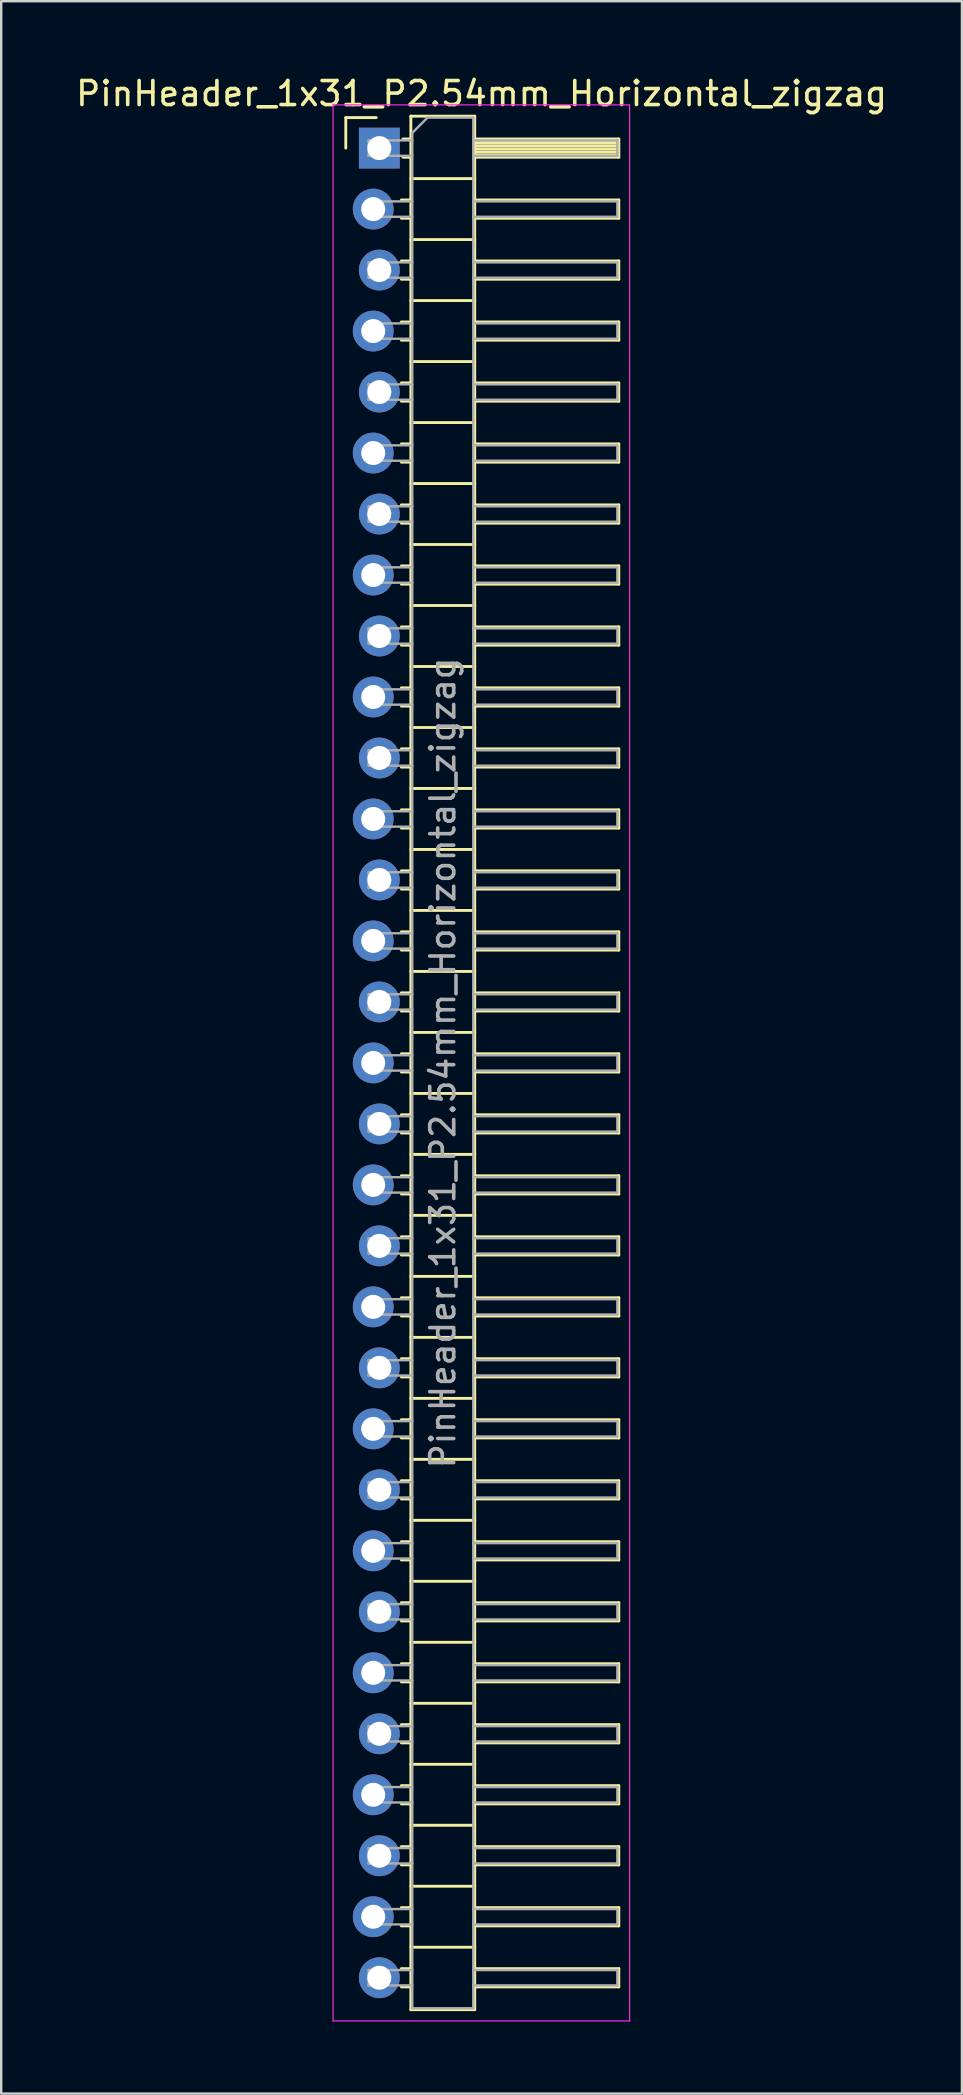
<source format=kicad_pcb>
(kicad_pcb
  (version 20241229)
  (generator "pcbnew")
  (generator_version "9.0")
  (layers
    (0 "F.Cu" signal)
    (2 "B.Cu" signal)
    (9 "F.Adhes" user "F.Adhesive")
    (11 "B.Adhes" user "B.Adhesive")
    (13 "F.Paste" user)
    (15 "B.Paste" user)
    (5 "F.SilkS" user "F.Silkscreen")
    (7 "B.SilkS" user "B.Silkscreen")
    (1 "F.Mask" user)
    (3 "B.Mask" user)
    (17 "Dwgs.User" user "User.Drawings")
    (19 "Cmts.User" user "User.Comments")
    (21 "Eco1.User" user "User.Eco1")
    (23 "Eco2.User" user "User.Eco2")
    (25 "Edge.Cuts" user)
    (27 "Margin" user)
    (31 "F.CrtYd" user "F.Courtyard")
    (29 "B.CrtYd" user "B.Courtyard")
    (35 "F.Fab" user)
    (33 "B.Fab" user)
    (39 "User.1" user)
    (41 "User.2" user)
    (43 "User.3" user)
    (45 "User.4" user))
  (footprint "PinHeader_1x31_P2.54mm_Horizontal_zigzag"
    (layer "F.Cu")
    (at 12.621 3.118)
    (property "Reference" "PinHeader_1x31_P2.54mm_Horizontal_zigzag" (at 4.385 -2.27 0) (layer "F.SilkS") (effects (font (size 1 1) (thickness 0.15))))
    (attr through_hole)
    (fp_line (start -1.27 -1.27) (end 0 -1.27) (stroke (width 0.12) (type solid)) (layer "F.SilkS"))
    (fp_line (start -1.27 0) (end -1.27 -1.27) (stroke (width 0.12) (type solid)) (layer "F.SilkS"))
    (fp_line (start 1.043 2.16) (end 1.44 2.16) (stroke (width 0.12) (type solid)) (layer "F.SilkS"))
    (fp_line (start 1.043 2.92) (end 1.44 2.92) (stroke (width 0.12) (type solid)) (layer "F.SilkS"))
    (fp_line (start 1.043 4.7) (end 1.44 4.7) (stroke (width 0.12) (type solid)) (layer "F.SilkS"))
    (fp_line (start 1.043 5.46) (end 1.44 5.46) (stroke (width 0.12) (type solid)) (layer "F.SilkS"))
    (fp_line (start 1.043 7.24) (end 1.44 7.24) (stroke (width 0.12) (type solid)) (layer "F.SilkS"))
    (fp_line (start 1.043 8) (end 1.44 8) (stroke (width 0.12) (type solid)) (layer "F.SilkS"))
    (fp_line (start 1.043 9.78) (end 1.44 9.78) (stroke (width 0.12) (type solid)) (layer "F.SilkS"))
    (fp_line (start 1.043 10.54) (end 1.44 10.54) (stroke (width 0.12) (type solid)) (layer "F.SilkS"))
    (fp_line (start 1.043 12.32) (end 1.44 12.32) (stroke (width 0.12) (type solid)) (layer "F.SilkS"))
    (fp_line (start 1.043 13.08) (end 1.44 13.08) (stroke (width 0.12) (type solid)) (layer "F.SilkS"))
    (fp_line (start 1.043 14.86) (end 1.44 14.86) (stroke (width 0.12) (type solid)) (layer "F.SilkS"))
    (fp_line (start 1.043 15.62) (end 1.44 15.62) (stroke (width 0.12) (type solid)) (layer "F.SilkS"))
    (fp_line (start 1.043 17.4) (end 1.44 17.4) (stroke (width 0.12) (type solid)) (layer "F.SilkS"))
    (fp_line (start 1.043 18.16) (end 1.44 18.16) (stroke (width 0.12) (type solid)) (layer "F.SilkS"))
    (fp_line (start 1.043 19.94) (end 1.44 19.94) (stroke (width 0.12) (type solid)) (layer "F.SilkS"))
    (fp_line (start 1.043 20.7) (end 1.44 20.7) (stroke (width 0.12) (type solid)) (layer "F.SilkS"))
    (fp_line (start 1.043 22.48) (end 1.44 22.48) (stroke (width 0.12) (type solid)) (layer "F.SilkS"))
    (fp_line (start 1.043 23.24) (end 1.44 23.24) (stroke (width 0.12) (type solid)) (layer "F.SilkS"))
    (fp_line (start 1.043 25.02) (end 1.44 25.02) (stroke (width 0.12) (type solid)) (layer "F.SilkS"))
    (fp_line (start 1.043 25.78) (end 1.44 25.78) (stroke (width 0.12) (type solid)) (layer "F.SilkS"))
    (fp_line (start 1.043 27.56) (end 1.44 27.56) (stroke (width 0.12) (type solid)) (layer "F.SilkS"))
    (fp_line (start 1.043 28.32) (end 1.44 28.32) (stroke (width 0.12) (type solid)) (layer "F.SilkS"))
    (fp_line (start 1.043 30.1) (end 1.44 30.1) (stroke (width 0.12) (type solid)) (layer "F.SilkS"))
    (fp_line (start 1.043 30.86) (end 1.44 30.86) (stroke (width 0.12) (type solid)) (layer "F.SilkS"))
    (fp_line (start 1.043 32.64) (end 1.44 32.64) (stroke (width 0.12) (type solid)) (layer "F.SilkS"))
    (fp_line (start 1.043 33.4) (end 1.44 33.4) (stroke (width 0.12) (type solid)) (layer "F.SilkS"))
    (fp_line (start 1.043 35.18) (end 1.44 35.18) (stroke (width 0.12) (type solid)) (layer "F.SilkS"))
    (fp_line (start 1.043 35.94) (end 1.44 35.94) (stroke (width 0.12) (type solid)) (layer "F.SilkS"))
    (fp_line (start 1.043 37.72) (end 1.44 37.72) (stroke (width 0.12) (type solid)) (layer "F.SilkS"))
    (fp_line (start 1.043 38.48) (end 1.44 38.48) (stroke (width 0.12) (type solid)) (layer "F.SilkS"))
    (fp_line (start 1.043 40.26) (end 1.44 40.26) (stroke (width 0.12) (type solid)) (layer "F.SilkS"))
    (fp_line (start 1.043 41.02) (end 1.44 41.02) (stroke (width 0.12) (type solid)) (layer "F.SilkS"))
    (fp_line (start 1.043 42.8) (end 1.44 42.8) (stroke (width 0.12) (type solid)) (layer "F.SilkS"))
    (fp_line (start 1.043 43.56) (end 1.44 43.56) (stroke (width 0.12) (type solid)) (layer "F.SilkS"))
    (fp_line (start 1.043 45.34) (end 1.44 45.34) (stroke (width 0.12) (type solid)) (layer "F.SilkS"))
    (fp_line (start 1.043 46.1) (end 1.44 46.1) (stroke (width 0.12) (type solid)) (layer "F.SilkS"))
    (fp_line (start 1.043 47.88) (end 1.44 47.88) (stroke (width 0.12) (type solid)) (layer "F.SilkS"))
    (fp_line (start 1.043 48.64) (end 1.44 48.64) (stroke (width 0.12) (type solid)) (layer "F.SilkS"))
    (fp_line (start 1.043 50.42) (end 1.44 50.42) (stroke (width 0.12) (type solid)) (layer "F.SilkS"))
    (fp_line (start 1.043 51.18) (end 1.44 51.18) (stroke (width 0.12) (type solid)) (layer "F.SilkS"))
    (fp_line (start 1.043 52.96) (end 1.44 52.96) (stroke (width 0.12) (type solid)) (layer "F.SilkS"))
    (fp_line (start 1.043 53.72) (end 1.44 53.72) (stroke (width 0.12) (type solid)) (layer "F.SilkS"))
    (fp_line (start 1.043 55.5) (end 1.44 55.5) (stroke (width 0.12) (type solid)) (layer "F.SilkS"))
    (fp_line (start 1.043 56.26) (end 1.44 56.26) (stroke (width 0.12) (type solid)) (layer "F.SilkS"))
    (fp_line (start 1.043 58.04) (end 1.44 58.04) (stroke (width 0.12) (type solid)) (layer "F.SilkS"))
    (fp_line (start 1.043 58.8) (end 1.44 58.8) (stroke (width 0.12) (type solid)) (layer "F.SilkS"))
    (fp_line (start 1.043 60.58) (end 1.44 60.58) (stroke (width 0.12) (type solid)) (layer "F.SilkS"))
    (fp_line (start 1.043 61.34) (end 1.44 61.34) (stroke (width 0.12) (type solid)) (layer "F.SilkS"))
    (fp_line (start 1.043 63.12) (end 1.44 63.12) (stroke (width 0.12) (type solid)) (layer "F.SilkS"))
    (fp_line (start 1.043 63.88) (end 1.44 63.88) (stroke (width 0.12) (type solid)) (layer "F.SilkS"))
    (fp_line (start 1.043 65.66) (end 1.44 65.66) (stroke (width 0.12) (type solid)) (layer "F.SilkS"))
    (fp_line (start 1.043 66.42) (end 1.44 66.42) (stroke (width 0.12) (type solid)) (layer "F.SilkS"))
    (fp_line (start 1.043 68.2) (end 1.44 68.2) (stroke (width 0.12) (type solid)) (layer "F.SilkS"))
    (fp_line (start 1.043 68.96) (end 1.44 68.96) (stroke (width 0.12) (type solid)) (layer "F.SilkS"))
    (fp_line (start 1.043 70.74) (end 1.44 70.74) (stroke (width 0.12) (type solid)) (layer "F.SilkS"))
    (fp_line (start 1.043 71.5) (end 1.44 71.5) (stroke (width 0.12) (type solid)) (layer "F.SilkS"))
    (fp_line (start 1.043 73.28) (end 1.44 73.28) (stroke (width 0.12) (type solid)) (layer "F.SilkS"))
    (fp_line (start 1.043 74.04) (end 1.44 74.04) (stroke (width 0.12) (type solid)) (layer "F.SilkS"))
    (fp_line (start 1.043 75.82) (end 1.44 75.82) (stroke (width 0.12) (type solid)) (layer "F.SilkS"))
    (fp_line (start 1.043 76.58) (end 1.44 76.58) (stroke (width 0.12) (type solid)) (layer "F.SilkS"))
    (fp_line (start 1.11 -0.38) (end 1.44 -0.38) (stroke (width 0.12) (type solid)) (layer "F.SilkS"))
    (fp_line (start 1.11 0.38) (end 1.44 0.38) (stroke (width 0.12) (type solid)) (layer "F.SilkS"))
    (fp_line (start 1.44 -1.33) (end 1.44 77.53) (stroke (width 0.12) (type solid)) (layer "F.SilkS"))
    (fp_line (start 1.44 1.27) (end 4.1 1.27) (stroke (width 0.12) (type solid)) (layer "F.SilkS"))
    (fp_line (start 1.44 3.81) (end 4.1 3.81) (stroke (width 0.12) (type solid)) (layer "F.SilkS"))
    (fp_line (start 1.44 6.35) (end 4.1 6.35) (stroke (width 0.12) (type solid)) (layer "F.SilkS"))
    (fp_line (start 1.44 8.89) (end 4.1 8.89) (stroke (width 0.12) (type solid)) (layer "F.SilkS"))
    (fp_line (start 1.44 11.43) (end 4.1 11.43) (stroke (width 0.12) (type solid)) (layer "F.SilkS"))
    (fp_line (start 1.44 13.97) (end 4.1 13.97) (stroke (width 0.12) (type solid)) (layer "F.SilkS"))
    (fp_line (start 1.44 16.51) (end 4.1 16.51) (stroke (width 0.12) (type solid)) (layer "F.SilkS"))
    (fp_line (start 1.44 19.05) (end 4.1 19.05) (stroke (width 0.12) (type solid)) (layer "F.SilkS"))
    (fp_line (start 1.44 21.59) (end 4.1 21.59) (stroke (width 0.12) (type solid)) (layer "F.SilkS"))
    (fp_line (start 1.44 24.13) (end 4.1 24.13) (stroke (width 0.12) (type solid)) (layer "F.SilkS"))
    (fp_line (start 1.44 26.67) (end 4.1 26.67) (stroke (width 0.12) (type solid)) (layer "F.SilkS"))
    (fp_line (start 1.44 29.21) (end 4.1 29.21) (stroke (width 0.12) (type solid)) (layer "F.SilkS"))
    (fp_line (start 1.44 31.75) (end 4.1 31.75) (stroke (width 0.12) (type solid)) (layer "F.SilkS"))
    (fp_line (start 1.44 34.29) (end 4.1 34.29) (stroke (width 0.12) (type solid)) (layer "F.SilkS"))
    (fp_line (start 1.44 36.83) (end 4.1 36.83) (stroke (width 0.12) (type solid)) (layer "F.SilkS"))
    (fp_line (start 1.44 39.37) (end 4.1 39.37) (stroke (width 0.12) (type solid)) (layer "F.SilkS"))
    (fp_line (start 1.44 41.91) (end 4.1 41.91) (stroke (width 0.12) (type solid)) (layer "F.SilkS"))
    (fp_line (start 1.44 44.45) (end 4.1 44.45) (stroke (width 0.12) (type solid)) (layer "F.SilkS"))
    (fp_line (start 1.44 46.99) (end 4.1 46.99) (stroke (width 0.12) (type solid)) (layer "F.SilkS"))
    (fp_line (start 1.44 49.53) (end 4.1 49.53) (stroke (width 0.12) (type solid)) (layer "F.SilkS"))
    (fp_line (start 1.44 52.07) (end 4.1 52.07) (stroke (width 0.12) (type solid)) (layer "F.SilkS"))
    (fp_line (start 1.44 54.61) (end 4.1 54.61) (stroke (width 0.12) (type solid)) (layer "F.SilkS"))
    (fp_line (start 1.44 57.15) (end 4.1 57.15) (stroke (width 0.12) (type solid)) (layer "F.SilkS"))
    (fp_line (start 1.44 59.69) (end 4.1 59.69) (stroke (width 0.12) (type solid)) (layer "F.SilkS"))
    (fp_line (start 1.44 62.23) (end 4.1 62.23) (stroke (width 0.12) (type solid)) (layer "F.SilkS"))
    (fp_line (start 1.44 64.77) (end 4.1 64.77) (stroke (width 0.12) (type solid)) (layer "F.SilkS"))
    (fp_line (start 1.44 67.31) (end 4.1 67.31) (stroke (width 0.12) (type solid)) (layer "F.SilkS"))
    (fp_line (start 1.44 69.85) (end 4.1 69.85) (stroke (width 0.12) (type solid)) (layer "F.SilkS"))
    (fp_line (start 1.44 72.39) (end 4.1 72.39) (stroke (width 0.12) (type solid)) (layer "F.SilkS"))
    (fp_line (start 1.44 74.93) (end 4.1 74.93) (stroke (width 0.12) (type solid)) (layer "F.SilkS"))
    (fp_line (start 1.44 77.53) (end 4.1 77.53) (stroke (width 0.12) (type solid)) (layer "F.SilkS"))
    (fp_line (start 4.1 -1.33) (end 1.44 -1.33) (stroke (width 0.12) (type solid)) (layer "F.SilkS"))
    (fp_line (start 4.1 -0.38) (end 10.1 -0.38) (stroke (width 0.12) (type solid)) (layer "F.SilkS"))
    (fp_line (start 4.1 -0.32) (end 10.1 -0.32) (stroke (width 0.12) (type solid)) (layer "F.SilkS"))
    (fp_line (start 4.1 -0.2) (end 10.1 -0.2) (stroke (width 0.12) (type solid)) (layer "F.SilkS"))
    (fp_line (start 4.1 -0.08) (end 10.1 -0.08) (stroke (width 0.12) (type solid)) (layer "F.SilkS"))
    (fp_line (start 4.1 0.04) (end 10.1 0.04) (stroke (width 0.12) (type solid)) (layer "F.SilkS"))
    (fp_line (start 4.1 0.16) (end 10.1 0.16) (stroke (width 0.12) (type solid)) (layer "F.SilkS"))
    (fp_line (start 4.1 0.28) (end 10.1 0.28) (stroke (width 0.12) (type solid)) (layer "F.SilkS"))
    (fp_line (start 4.1 2.16) (end 10.1 2.16) (stroke (width 0.12) (type solid)) (layer "F.SilkS"))
    (fp_line (start 4.1 4.7) (end 10.1 4.7) (stroke (width 0.12) (type solid)) (layer "F.SilkS"))
    (fp_line (start 4.1 7.24) (end 10.1 7.24) (stroke (width 0.12) (type solid)) (layer "F.SilkS"))
    (fp_line (start 4.1 9.78) (end 10.1 9.78) (stroke (width 0.12) (type solid)) (layer "F.SilkS"))
    (fp_line (start 4.1 12.32) (end 10.1 12.32) (stroke (width 0.12) (type solid)) (layer "F.SilkS"))
    (fp_line (start 4.1 14.86) (end 10.1 14.86) (stroke (width 0.12) (type solid)) (layer "F.SilkS"))
    (fp_line (start 4.1 17.4) (end 10.1 17.4) (stroke (width 0.12) (type solid)) (layer "F.SilkS"))
    (fp_line (start 4.1 19.94) (end 10.1 19.94) (stroke (width 0.12) (type solid)) (layer "F.SilkS"))
    (fp_line (start 4.1 22.48) (end 10.1 22.48) (stroke (width 0.12) (type solid)) (layer "F.SilkS"))
    (fp_line (start 4.1 25.02) (end 10.1 25.02) (stroke (width 0.12) (type solid)) (layer "F.SilkS"))
    (fp_line (start 4.1 27.56) (end 10.1 27.56) (stroke (width 0.12) (type solid)) (layer "F.SilkS"))
    (fp_line (start 4.1 30.1) (end 10.1 30.1) (stroke (width 0.12) (type solid)) (layer "F.SilkS"))
    (fp_line (start 4.1 32.64) (end 10.1 32.64) (stroke (width 0.12) (type solid)) (layer "F.SilkS"))
    (fp_line (start 4.1 35.18) (end 10.1 35.18) (stroke (width 0.12) (type solid)) (layer "F.SilkS"))
    (fp_line (start 4.1 37.72) (end 10.1 37.72) (stroke (width 0.12) (type solid)) (layer "F.SilkS"))
    (fp_line (start 4.1 40.26) (end 10.1 40.26) (stroke (width 0.12) (type solid)) (layer "F.SilkS"))
    (fp_line (start 4.1 42.8) (end 10.1 42.8) (stroke (width 0.12) (type solid)) (layer "F.SilkS"))
    (fp_line (start 4.1 45.34) (end 10.1 45.34) (stroke (width 0.12) (type solid)) (layer "F.SilkS"))
    (fp_line (start 4.1 47.88) (end 10.1 47.88) (stroke (width 0.12) (type solid)) (layer "F.SilkS"))
    (fp_line (start 4.1 50.42) (end 10.1 50.42) (stroke (width 0.12) (type solid)) (layer "F.SilkS"))
    (fp_line (start 4.1 52.96) (end 10.1 52.96) (stroke (width 0.12) (type solid)) (layer "F.SilkS"))
    (fp_line (start 4.1 55.5) (end 10.1 55.5) (stroke (width 0.12) (type solid)) (layer "F.SilkS"))
    (fp_line (start 4.1 58.04) (end 10.1 58.04) (stroke (width 0.12) (type solid)) (layer "F.SilkS"))
    (fp_line (start 4.1 60.58) (end 10.1 60.58) (stroke (width 0.12) (type solid)) (layer "F.SilkS"))
    (fp_line (start 4.1 63.12) (end 10.1 63.12) (stroke (width 0.12) (type solid)) (layer "F.SilkS"))
    (fp_line (start 4.1 65.66) (end 10.1 65.66) (stroke (width 0.12) (type solid)) (layer "F.SilkS"))
    (fp_line (start 4.1 68.2) (end 10.1 68.2) (stroke (width 0.12) (type solid)) (layer "F.SilkS"))
    (fp_line (start 4.1 70.74) (end 10.1 70.74) (stroke (width 0.12) (type solid)) (layer "F.SilkS"))
    (fp_line (start 4.1 73.28) (end 10.1 73.28) (stroke (width 0.12) (type solid)) (layer "F.SilkS"))
    (fp_line (start 4.1 75.82) (end 10.1 75.82) (stroke (width 0.12) (type solid)) (layer "F.SilkS"))
    (fp_line (start 4.1 77.53) (end 4.1 -1.33) (stroke (width 0.12) (type solid)) (layer "F.SilkS"))
    (fp_line (start 10.1 -0.38) (end 10.1 0.38) (stroke (width 0.12) (type solid)) (layer "F.SilkS"))
    (fp_line (start 10.1 0.38) (end 4.1 0.38) (stroke (width 0.12) (type solid)) (layer "F.SilkS"))
    (fp_line (start 10.1 2.16) (end 10.1 2.92) (stroke (width 0.12) (type solid)) (layer "F.SilkS"))
    (fp_line (start 10.1 2.92) (end 4.1 2.92) (stroke (width 0.12) (type solid)) (layer "F.SilkS"))
    (fp_line (start 10.1 4.7) (end 10.1 5.46) (stroke (width 0.12) (type solid)) (layer "F.SilkS"))
    (fp_line (start 10.1 5.46) (end 4.1 5.46) (stroke (width 0.12) (type solid)) (layer "F.SilkS"))
    (fp_line (start 10.1 7.24) (end 10.1 8) (stroke (width 0.12) (type solid)) (layer "F.SilkS"))
    (fp_line (start 10.1 8) (end 4.1 8) (stroke (width 0.12) (type solid)) (layer "F.SilkS"))
    (fp_line (start 10.1 9.78) (end 10.1 10.54) (stroke (width 0.12) (type solid)) (layer "F.SilkS"))
    (fp_line (start 10.1 10.54) (end 4.1 10.54) (stroke (width 0.12) (type solid)) (layer "F.SilkS"))
    (fp_line (start 10.1 12.32) (end 10.1 13.08) (stroke (width 0.12) (type solid)) (layer "F.SilkS"))
    (fp_line (start 10.1 13.08) (end 4.1 13.08) (stroke (width 0.12) (type solid)) (layer "F.SilkS"))
    (fp_line (start 10.1 14.86) (end 10.1 15.62) (stroke (width 0.12) (type solid)) (layer "F.SilkS"))
    (fp_line (start 10.1 15.62) (end 4.1 15.62) (stroke (width 0.12) (type solid)) (layer "F.SilkS"))
    (fp_line (start 10.1 17.4) (end 10.1 18.16) (stroke (width 0.12) (type solid)) (layer "F.SilkS"))
    (fp_line (start 10.1 18.16) (end 4.1 18.16) (stroke (width 0.12) (type solid)) (layer "F.SilkS"))
    (fp_line (start 10.1 19.94) (end 10.1 20.7) (stroke (width 0.12) (type solid)) (layer "F.SilkS"))
    (fp_line (start 10.1 20.7) (end 4.1 20.7) (stroke (width 0.12) (type solid)) (layer "F.SilkS"))
    (fp_line (start 10.1 22.48) (end 10.1 23.24) (stroke (width 0.12) (type solid)) (layer "F.SilkS"))
    (fp_line (start 10.1 23.24) (end 4.1 23.24) (stroke (width 0.12) (type solid)) (layer "F.SilkS"))
    (fp_line (start 10.1 25.02) (end 10.1 25.78) (stroke (width 0.12) (type solid)) (layer "F.SilkS"))
    (fp_line (start 10.1 25.78) (end 4.1 25.78) (stroke (width 0.12) (type solid)) (layer "F.SilkS"))
    (fp_line (start 10.1 27.56) (end 10.1 28.32) (stroke (width 0.12) (type solid)) (layer "F.SilkS"))
    (fp_line (start 10.1 28.32) (end 4.1 28.32) (stroke (width 0.12) (type solid)) (layer "F.SilkS"))
    (fp_line (start 10.1 30.1) (end 10.1 30.86) (stroke (width 0.12) (type solid)) (layer "F.SilkS"))
    (fp_line (start 10.1 30.86) (end 4.1 30.86) (stroke (width 0.12) (type solid)) (layer "F.SilkS"))
    (fp_line (start 10.1 32.64) (end 10.1 33.4) (stroke (width 0.12) (type solid)) (layer "F.SilkS"))
    (fp_line (start 10.1 33.4) (end 4.1 33.4) (stroke (width 0.12) (type solid)) (layer "F.SilkS"))
    (fp_line (start 10.1 35.18) (end 10.1 35.94) (stroke (width 0.12) (type solid)) (layer "F.SilkS"))
    (fp_line (start 10.1 35.94) (end 4.1 35.94) (stroke (width 0.12) (type solid)) (layer "F.SilkS"))
    (fp_line (start 10.1 37.72) (end 10.1 38.48) (stroke (width 0.12) (type solid)) (layer "F.SilkS"))
    (fp_line (start 10.1 38.48) (end 4.1 38.48) (stroke (width 0.12) (type solid)) (layer "F.SilkS"))
    (fp_line (start 10.1 40.26) (end 10.1 41.02) (stroke (width 0.12) (type solid)) (layer "F.SilkS"))
    (fp_line (start 10.1 41.02) (end 4.1 41.02) (stroke (width 0.12) (type solid)) (layer "F.SilkS"))
    (fp_line (start 10.1 42.8) (end 10.1 43.56) (stroke (width 0.12) (type solid)) (layer "F.SilkS"))
    (fp_line (start 10.1 43.56) (end 4.1 43.56) (stroke (width 0.12) (type solid)) (layer "F.SilkS"))
    (fp_line (start 10.1 45.34) (end 10.1 46.1) (stroke (width 0.12) (type solid)) (layer "F.SilkS"))
    (fp_line (start 10.1 46.1) (end 4.1 46.1) (stroke (width 0.12) (type solid)) (layer "F.SilkS"))
    (fp_line (start 10.1 47.88) (end 10.1 48.64) (stroke (width 0.12) (type solid)) (layer "F.SilkS"))
    (fp_line (start 10.1 48.64) (end 4.1 48.64) (stroke (width 0.12) (type solid)) (layer "F.SilkS"))
    (fp_line (start 10.1 50.42) (end 10.1 51.18) (stroke (width 0.12) (type solid)) (layer "F.SilkS"))
    (fp_line (start 10.1 51.18) (end 4.1 51.18) (stroke (width 0.12) (type solid)) (layer "F.SilkS"))
    (fp_line (start 10.1 52.96) (end 10.1 53.72) (stroke (width 0.12) (type solid)) (layer "F.SilkS"))
    (fp_line (start 10.1 53.72) (end 4.1 53.72) (stroke (width 0.12) (type solid)) (layer "F.SilkS"))
    (fp_line (start 10.1 55.5) (end 10.1 56.26) (stroke (width 0.12) (type solid)) (layer "F.SilkS"))
    (fp_line (start 10.1 56.26) (end 4.1 56.26) (stroke (width 0.12) (type solid)) (layer "F.SilkS"))
    (fp_line (start 10.1 58.04) (end 10.1 58.8) (stroke (width 0.12) (type solid)) (layer "F.SilkS"))
    (fp_line (start 10.1 58.8) (end 4.1 58.8) (stroke (width 0.12) (type solid)) (layer "F.SilkS"))
    (fp_line (start 10.1 60.58) (end 10.1 61.34) (stroke (width 0.12) (type solid)) (layer "F.SilkS"))
    (fp_line (start 10.1 61.34) (end 4.1 61.34) (stroke (width 0.12) (type solid)) (layer "F.SilkS"))
    (fp_line (start 10.1 63.12) (end 10.1 63.88) (stroke (width 0.12) (type solid)) (layer "F.SilkS"))
    (fp_line (start 10.1 63.88) (end 4.1 63.88) (stroke (width 0.12) (type solid)) (layer "F.SilkS"))
    (fp_line (start 10.1 65.66) (end 10.1 66.42) (stroke (width 0.12) (type solid)) (layer "F.SilkS"))
    (fp_line (start 10.1 66.42) (end 4.1 66.42) (stroke (width 0.12) (type solid)) (layer "F.SilkS"))
    (fp_line (start 10.1 68.2) (end 10.1 68.96) (stroke (width 0.12) (type solid)) (layer "F.SilkS"))
    (fp_line (start 10.1 68.96) (end 4.1 68.96) (stroke (width 0.12) (type solid)) (layer "F.SilkS"))
    (fp_line (start 10.1 70.74) (end 10.1 71.5) (stroke (width 0.12) (type solid)) (layer "F.SilkS"))
    (fp_line (start 10.1 71.5) (end 4.1 71.5) (stroke (width 0.12) (type solid)) (layer "F.SilkS"))
    (fp_line (start 10.1 73.28) (end 10.1 74.04) (stroke (width 0.12) (type solid)) (layer "F.SilkS"))
    (fp_line (start 10.1 74.04) (end 4.1 74.04) (stroke (width 0.12) (type solid)) (layer "F.SilkS"))
    (fp_line (start 10.1 75.82) (end 10.1 76.58) (stroke (width 0.12) (type solid)) (layer "F.SilkS"))
    (fp_line (start 10.1 76.58) (end 4.1 76.58) (stroke (width 0.12) (type solid)) (layer "F.SilkS"))
    (fp_line (start -1.8 -1.8) (end -1.8 78) (stroke (width 0.05) (type solid)) (layer "F.CrtYd"))
    (fp_line (start -1.8 78) (end 10.55 78) (stroke (width 0.05) (type solid)) (layer "F.CrtYd"))
    (fp_line (start 10.55 -1.8) (end -1.8 -1.8) (stroke (width 0.05) (type solid)) (layer "F.CrtYd"))
    (fp_line (start 10.55 78) (end 10.55 -1.8) (stroke (width 0.05) (type solid)) (layer "F.CrtYd"))
    (fp_line (start -0.32 -0.32) (end -0.32 0.32) (stroke (width 0.1) (type solid)) (layer "F.Fab"))
    (fp_line (start -0.32 -0.32) (end 1.5 -0.32) (stroke (width 0.1) (type solid)) (layer "F.Fab"))
    (fp_line (start -0.32 0.32) (end 1.5 0.32) (stroke (width 0.1) (type solid)) (layer "F.Fab"))
    (fp_line (start -0.32 2.22) (end -0.32 2.86) (stroke (width 0.1) (type solid)) (layer "F.Fab"))
    (fp_line (start -0.32 2.22) (end 1.5 2.22) (stroke (width 0.1) (type solid)) (layer "F.Fab"))
    (fp_line (start -0.32 2.86) (end 1.5 2.86) (stroke (width 0.1) (type solid)) (layer "F.Fab"))
    (fp_line (start -0.32 4.76) (end -0.32 5.4) (stroke (width 0.1) (type solid)) (layer "F.Fab"))
    (fp_line (start -0.32 4.76) (end 1.5 4.76) (stroke (width 0.1) (type solid)) (layer "F.Fab"))
    (fp_line (start -0.32 5.4) (end 1.5 5.4) (stroke (width 0.1) (type solid)) (layer "F.Fab"))
    (fp_line (start -0.32 7.3) (end -0.32 7.94) (stroke (width 0.1) (type solid)) (layer "F.Fab"))
    (fp_line (start -0.32 7.3) (end 1.5 7.3) (stroke (width 0.1) (type solid)) (layer "F.Fab"))
    (fp_line (start -0.32 7.94) (end 1.5 7.94) (stroke (width 0.1) (type solid)) (layer "F.Fab"))
    (fp_line (start -0.32 9.84) (end -0.32 10.48) (stroke (width 0.1) (type solid)) (layer "F.Fab"))
    (fp_line (start -0.32 9.84) (end 1.5 9.84) (stroke (width 0.1) (type solid)) (layer "F.Fab"))
    (fp_line (start -0.32 10.48) (end 1.5 10.48) (stroke (width 0.1) (type solid)) (layer "F.Fab"))
    (fp_line (start -0.32 12.38) (end -0.32 13.02) (stroke (width 0.1) (type solid)) (layer "F.Fab"))
    (fp_line (start -0.32 12.38) (end 1.5 12.38) (stroke (width 0.1) (type solid)) (layer "F.Fab"))
    (fp_line (start -0.32 13.02) (end 1.5 13.02) (stroke (width 0.1) (type solid)) (layer "F.Fab"))
    (fp_line (start -0.32 14.92) (end -0.32 15.56) (stroke (width 0.1) (type solid)) (layer "F.Fab"))
    (fp_line (start -0.32 14.92) (end 1.5 14.92) (stroke (width 0.1) (type solid)) (layer "F.Fab"))
    (fp_line (start -0.32 15.56) (end 1.5 15.56) (stroke (width 0.1) (type solid)) (layer "F.Fab"))
    (fp_line (start -0.32 17.46) (end -0.32 18.1) (stroke (width 0.1) (type solid)) (layer "F.Fab"))
    (fp_line (start -0.32 17.46) (end 1.5 17.46) (stroke (width 0.1) (type solid)) (layer "F.Fab"))
    (fp_line (start -0.32 18.1) (end 1.5 18.1) (stroke (width 0.1) (type solid)) (layer "F.Fab"))
    (fp_line (start -0.32 20) (end -0.32 20.64) (stroke (width 0.1) (type solid)) (layer "F.Fab"))
    (fp_line (start -0.32 20) (end 1.5 20) (stroke (width 0.1) (type solid)) (layer "F.Fab"))
    (fp_line (start -0.32 20.64) (end 1.5 20.64) (stroke (width 0.1) (type solid)) (layer "F.Fab"))
    (fp_line (start -0.32 22.54) (end -0.32 23.18) (stroke (width 0.1) (type solid)) (layer "F.Fab"))
    (fp_line (start -0.32 22.54) (end 1.5 22.54) (stroke (width 0.1) (type solid)) (layer "F.Fab"))
    (fp_line (start -0.32 23.18) (end 1.5 23.18) (stroke (width 0.1) (type solid)) (layer "F.Fab"))
    (fp_line (start -0.32 25.08) (end -0.32 25.72) (stroke (width 0.1) (type solid)) (layer "F.Fab"))
    (fp_line (start -0.32 25.08) (end 1.5 25.08) (stroke (width 0.1) (type solid)) (layer "F.Fab"))
    (fp_line (start -0.32 25.72) (end 1.5 25.72) (stroke (width 0.1) (type solid)) (layer "F.Fab"))
    (fp_line (start -0.32 27.62) (end -0.32 28.26) (stroke (width 0.1) (type solid)) (layer "F.Fab"))
    (fp_line (start -0.32 27.62) (end 1.5 27.62) (stroke (width 0.1) (type solid)) (layer "F.Fab"))
    (fp_line (start -0.32 28.26) (end 1.5 28.26) (stroke (width 0.1) (type solid)) (layer "F.Fab"))
    (fp_line (start -0.32 30.16) (end -0.32 30.8) (stroke (width 0.1) (type solid)) (layer "F.Fab"))
    (fp_line (start -0.32 30.16) (end 1.5 30.16) (stroke (width 0.1) (type solid)) (layer "F.Fab"))
    (fp_line (start -0.32 30.8) (end 1.5 30.8) (stroke (width 0.1) (type solid)) (layer "F.Fab"))
    (fp_line (start -0.32 32.7) (end -0.32 33.34) (stroke (width 0.1) (type solid)) (layer "F.Fab"))
    (fp_line (start -0.32 32.7) (end 1.5 32.7) (stroke (width 0.1) (type solid)) (layer "F.Fab"))
    (fp_line (start -0.32 33.34) (end 1.5 33.34) (stroke (width 0.1) (type solid)) (layer "F.Fab"))
    (fp_line (start -0.32 35.24) (end -0.32 35.88) (stroke (width 0.1) (type solid)) (layer "F.Fab"))
    (fp_line (start -0.32 35.24) (end 1.5 35.24) (stroke (width 0.1) (type solid)) (layer "F.Fab"))
    (fp_line (start -0.32 35.88) (end 1.5 35.88) (stroke (width 0.1) (type solid)) (layer "F.Fab"))
    (fp_line (start -0.32 37.78) (end -0.32 38.42) (stroke (width 0.1) (type solid)) (layer "F.Fab"))
    (fp_line (start -0.32 37.78) (end 1.5 37.78) (stroke (width 0.1) (type solid)) (layer "F.Fab"))
    (fp_line (start -0.32 38.42) (end 1.5 38.42) (stroke (width 0.1) (type solid)) (layer "F.Fab"))
    (fp_line (start -0.32 40.32) (end -0.32 40.96) (stroke (width 0.1) (type solid)) (layer "F.Fab"))
    (fp_line (start -0.32 40.32) (end 1.5 40.32) (stroke (width 0.1) (type solid)) (layer "F.Fab"))
    (fp_line (start -0.32 40.96) (end 1.5 40.96) (stroke (width 0.1) (type solid)) (layer "F.Fab"))
    (fp_line (start -0.32 42.86) (end -0.32 43.5) (stroke (width 0.1) (type solid)) (layer "F.Fab"))
    (fp_line (start -0.32 42.86) (end 1.5 42.86) (stroke (width 0.1) (type solid)) (layer "F.Fab"))
    (fp_line (start -0.32 43.5) (end 1.5 43.5) (stroke (width 0.1) (type solid)) (layer "F.Fab"))
    (fp_line (start -0.32 45.4) (end -0.32 46.04) (stroke (width 0.1) (type solid)) (layer "F.Fab"))
    (fp_line (start -0.32 45.4) (end 1.5 45.4) (stroke (width 0.1) (type solid)) (layer "F.Fab"))
    (fp_line (start -0.32 46.04) (end 1.5 46.04) (stroke (width 0.1) (type solid)) (layer "F.Fab"))
    (fp_line (start -0.32 47.94) (end -0.32 48.58) (stroke (width 0.1) (type solid)) (layer "F.Fab"))
    (fp_line (start -0.32 47.94) (end 1.5 47.94) (stroke (width 0.1) (type solid)) (layer "F.Fab"))
    (fp_line (start -0.32 48.58) (end 1.5 48.58) (stroke (width 0.1) (type solid)) (layer "F.Fab"))
    (fp_line (start -0.32 50.48) (end -0.32 51.12) (stroke (width 0.1) (type solid)) (layer "F.Fab"))
    (fp_line (start -0.32 50.48) (end 1.5 50.48) (stroke (width 0.1) (type solid)) (layer "F.Fab"))
    (fp_line (start -0.32 51.12) (end 1.5 51.12) (stroke (width 0.1) (type solid)) (layer "F.Fab"))
    (fp_line (start -0.32 53.02) (end -0.32 53.66) (stroke (width 0.1) (type solid)) (layer "F.Fab"))
    (fp_line (start -0.32 53.02) (end 1.5 53.02) (stroke (width 0.1) (type solid)) (layer "F.Fab"))
    (fp_line (start -0.32 53.66) (end 1.5 53.66) (stroke (width 0.1) (type solid)) (layer "F.Fab"))
    (fp_line (start -0.32 55.56) (end -0.32 56.2) (stroke (width 0.1) (type solid)) (layer "F.Fab"))
    (fp_line (start -0.32 55.56) (end 1.5 55.56) (stroke (width 0.1) (type solid)) (layer "F.Fab"))
    (fp_line (start -0.32 56.2) (end 1.5 56.2) (stroke (width 0.1) (type solid)) (layer "F.Fab"))
    (fp_line (start -0.32 58.1) (end -0.32 58.74) (stroke (width 0.1) (type solid)) (layer "F.Fab"))
    (fp_line (start -0.32 58.1) (end 1.5 58.1) (stroke (width 0.1) (type solid)) (layer "F.Fab"))
    (fp_line (start -0.32 58.74) (end 1.5 58.74) (stroke (width 0.1) (type solid)) (layer "F.Fab"))
    (fp_line (start -0.32 60.64) (end -0.32 61.28) (stroke (width 0.1) (type solid)) (layer "F.Fab"))
    (fp_line (start -0.32 60.64) (end 1.5 60.64) (stroke (width 0.1) (type solid)) (layer "F.Fab"))
    (fp_line (start -0.32 61.28) (end 1.5 61.28) (stroke (width 0.1) (type solid)) (layer "F.Fab"))
    (fp_line (start -0.32 63.18) (end -0.32 63.82) (stroke (width 0.1) (type solid)) (layer "F.Fab"))
    (fp_line (start -0.32 63.18) (end 1.5 63.18) (stroke (width 0.1) (type solid)) (layer "F.Fab"))
    (fp_line (start -0.32 63.82) (end 1.5 63.82) (stroke (width 0.1) (type solid)) (layer "F.Fab"))
    (fp_line (start -0.32 65.72) (end -0.32 66.36) (stroke (width 0.1) (type solid)) (layer "F.Fab"))
    (fp_line (start -0.32 65.72) (end 1.5 65.72) (stroke (width 0.1) (type solid)) (layer "F.Fab"))
    (fp_line (start -0.32 66.36) (end 1.5 66.36) (stroke (width 0.1) (type solid)) (layer "F.Fab"))
    (fp_line (start -0.32 68.26) (end -0.32 68.9) (stroke (width 0.1) (type solid)) (layer "F.Fab"))
    (fp_line (start -0.32 68.26) (end 1.5 68.26) (stroke (width 0.1) (type solid)) (layer "F.Fab"))
    (fp_line (start -0.32 68.9) (end 1.5 68.9) (stroke (width 0.1) (type solid)) (layer "F.Fab"))
    (fp_line (start -0.32 70.8) (end -0.32 71.44) (stroke (width 0.1) (type solid)) (layer "F.Fab"))
    (fp_line (start -0.32 70.8) (end 1.5 70.8) (stroke (width 0.1) (type solid)) (layer "F.Fab"))
    (fp_line (start -0.32 71.44) (end 1.5 71.44) (stroke (width 0.1) (type solid)) (layer "F.Fab"))
    (fp_line (start -0.32 73.34) (end -0.32 73.98) (stroke (width 0.1) (type solid)) (layer "F.Fab"))
    (fp_line (start -0.32 73.34) (end 1.5 73.34) (stroke (width 0.1) (type solid)) (layer "F.Fab"))
    (fp_line (start -0.32 73.98) (end 1.5 73.98) (stroke (width 0.1) (type solid)) (layer "F.Fab"))
    (fp_line (start -0.32 75.88) (end -0.32 76.52) (stroke (width 0.1) (type solid)) (layer "F.Fab"))
    (fp_line (start -0.32 75.88) (end 1.5 75.88) (stroke (width 0.1) (type solid)) (layer "F.Fab"))
    (fp_line (start -0.32 76.52) (end 1.5 76.52) (stroke (width 0.1) (type solid)) (layer "F.Fab"))
    (fp_line (start 1.5 -0.635) (end 2.135 -1.27) (stroke (width 0.1) (type solid)) (layer "F.Fab"))
    (fp_line (start 1.5 77.47) (end 1.5 -0.635) (stroke (width 0.1) (type solid)) (layer "F.Fab"))
    (fp_line (start 2.135 -1.27) (end 4.04 -1.27) (stroke (width 0.1) (type solid)) (layer "F.Fab"))
    (fp_line (start 4.04 -1.27) (end 4.04 77.47) (stroke (width 0.1) (type solid)) (layer "F.Fab"))
    (fp_line (start 4.04 -0.32) (end 10.04 -0.32) (stroke (width 0.1) (type solid)) (layer "F.Fab"))
    (fp_line (start 4.04 0.32) (end 10.04 0.32) (stroke (width 0.1) (type solid)) (layer "F.Fab"))
    (fp_line (start 4.04 2.22) (end 10.04 2.22) (stroke (width 0.1) (type solid)) (layer "F.Fab"))
    (fp_line (start 4.04 2.86) (end 10.04 2.86) (stroke (width 0.1) (type solid)) (layer "F.Fab"))
    (fp_line (start 4.04 4.76) (end 10.04 4.76) (stroke (width 0.1) (type solid)) (layer "F.Fab"))
    (fp_line (start 4.04 5.4) (end 10.04 5.4) (stroke (width 0.1) (type solid)) (layer "F.Fab"))
    (fp_line (start 4.04 7.3) (end 10.04 7.3) (stroke (width 0.1) (type solid)) (layer "F.Fab"))
    (fp_line (start 4.04 7.94) (end 10.04 7.94) (stroke (width 0.1) (type solid)) (layer "F.Fab"))
    (fp_line (start 4.04 9.84) (end 10.04 9.84) (stroke (width 0.1) (type solid)) (layer "F.Fab"))
    (fp_line (start 4.04 10.48) (end 10.04 10.48) (stroke (width 0.1) (type solid)) (layer "F.Fab"))
    (fp_line (start 4.04 12.38) (end 10.04 12.38) (stroke (width 0.1) (type solid)) (layer "F.Fab"))
    (fp_line (start 4.04 13.02) (end 10.04 13.02) (stroke (width 0.1) (type solid)) (layer "F.Fab"))
    (fp_line (start 4.04 14.92) (end 10.04 14.92) (stroke (width 0.1) (type solid)) (layer "F.Fab"))
    (fp_line (start 4.04 15.56) (end 10.04 15.56) (stroke (width 0.1) (type solid)) (layer "F.Fab"))
    (fp_line (start 4.04 17.46) (end 10.04 17.46) (stroke (width 0.1) (type solid)) (layer "F.Fab"))
    (fp_line (start 4.04 18.1) (end 10.04 18.1) (stroke (width 0.1) (type solid)) (layer "F.Fab"))
    (fp_line (start 4.04 20) (end 10.04 20) (stroke (width 0.1) (type solid)) (layer "F.Fab"))
    (fp_line (start 4.04 20.64) (end 10.04 20.64) (stroke (width 0.1) (type solid)) (layer "F.Fab"))
    (fp_line (start 4.04 22.54) (end 10.04 22.54) (stroke (width 0.1) (type solid)) (layer "F.Fab"))
    (fp_line (start 4.04 23.18) (end 10.04 23.18) (stroke (width 0.1) (type solid)) (layer "F.Fab"))
    (fp_line (start 4.04 25.08) (end 10.04 25.08) (stroke (width 0.1) (type solid)) (layer "F.Fab"))
    (fp_line (start 4.04 25.72) (end 10.04 25.72) (stroke (width 0.1) (type solid)) (layer "F.Fab"))
    (fp_line (start 4.04 27.62) (end 10.04 27.62) (stroke (width 0.1) (type solid)) (layer "F.Fab"))
    (fp_line (start 4.04 28.26) (end 10.04 28.26) (stroke (width 0.1) (type solid)) (layer "F.Fab"))
    (fp_line (start 4.04 30.16) (end 10.04 30.16) (stroke (width 0.1) (type solid)) (layer "F.Fab"))
    (fp_line (start 4.04 30.8) (end 10.04 30.8) (stroke (width 0.1) (type solid)) (layer "F.Fab"))
    (fp_line (start 4.04 32.7) (end 10.04 32.7) (stroke (width 0.1) (type solid)) (layer "F.Fab"))
    (fp_line (start 4.04 33.34) (end 10.04 33.34) (stroke (width 0.1) (type solid)) (layer "F.Fab"))
    (fp_line (start 4.04 35.24) (end 10.04 35.24) (stroke (width 0.1) (type solid)) (layer "F.Fab"))
    (fp_line (start 4.04 35.88) (end 10.04 35.88) (stroke (width 0.1) (type solid)) (layer "F.Fab"))
    (fp_line (start 4.04 37.78) (end 10.04 37.78) (stroke (width 0.1) (type solid)) (layer "F.Fab"))
    (fp_line (start 4.04 38.42) (end 10.04 38.42) (stroke (width 0.1) (type solid)) (layer "F.Fab"))
    (fp_line (start 4.04 40.32) (end 10.04 40.32) (stroke (width 0.1) (type solid)) (layer "F.Fab"))
    (fp_line (start 4.04 40.96) (end 10.04 40.96) (stroke (width 0.1) (type solid)) (layer "F.Fab"))
    (fp_line (start 4.04 42.86) (end 10.04 42.86) (stroke (width 0.1) (type solid)) (layer "F.Fab"))
    (fp_line (start 4.04 43.5) (end 10.04 43.5) (stroke (width 0.1) (type solid)) (layer "F.Fab"))
    (fp_line (start 4.04 45.4) (end 10.04 45.4) (stroke (width 0.1) (type solid)) (layer "F.Fab"))
    (fp_line (start 4.04 46.04) (end 10.04 46.04) (stroke (width 0.1) (type solid)) (layer "F.Fab"))
    (fp_line (start 4.04 47.94) (end 10.04 47.94) (stroke (width 0.1) (type solid)) (layer "F.Fab"))
    (fp_line (start 4.04 48.58) (end 10.04 48.58) (stroke (width 0.1) (type solid)) (layer "F.Fab"))
    (fp_line (start 4.04 50.48) (end 10.04 50.48) (stroke (width 0.1) (type solid)) (layer "F.Fab"))
    (fp_line (start 4.04 51.12) (end 10.04 51.12) (stroke (width 0.1) (type solid)) (layer "F.Fab"))
    (fp_line (start 4.04 53.02) (end 10.04 53.02) (stroke (width 0.1) (type solid)) (layer "F.Fab"))
    (fp_line (start 4.04 53.66) (end 10.04 53.66) (stroke (width 0.1) (type solid)) (layer "F.Fab"))
    (fp_line (start 4.04 55.56) (end 10.04 55.56) (stroke (width 0.1) (type solid)) (layer "F.Fab"))
    (fp_line (start 4.04 56.2) (end 10.04 56.2) (stroke (width 0.1) (type solid)) (layer "F.Fab"))
    (fp_line (start 4.04 58.1) (end 10.04 58.1) (stroke (width 0.1) (type solid)) (layer "F.Fab"))
    (fp_line (start 4.04 58.74) (end 10.04 58.74) (stroke (width 0.1) (type solid)) (layer "F.Fab"))
    (fp_line (start 4.04 60.64) (end 10.04 60.64) (stroke (width 0.1) (type solid)) (layer "F.Fab"))
    (fp_line (start 4.04 61.28) (end 10.04 61.28) (stroke (width 0.1) (type solid)) (layer "F.Fab"))
    (fp_line (start 4.04 63.18) (end 10.04 63.18) (stroke (width 0.1) (type solid)) (layer "F.Fab"))
    (fp_line (start 4.04 63.82) (end 10.04 63.82) (stroke (width 0.1) (type solid)) (layer "F.Fab"))
    (fp_line (start 4.04 65.72) (end 10.04 65.72) (stroke (width 0.1) (type solid)) (layer "F.Fab"))
    (fp_line (start 4.04 66.36) (end 10.04 66.36) (stroke (width 0.1) (type solid)) (layer "F.Fab"))
    (fp_line (start 4.04 68.26) (end 10.04 68.26) (stroke (width 0.1) (type solid)) (layer "F.Fab"))
    (fp_line (start 4.04 68.9) (end 10.04 68.9) (stroke (width 0.1) (type solid)) (layer "F.Fab"))
    (fp_line (start 4.04 70.8) (end 10.04 70.8) (stroke (width 0.1) (type solid)) (layer "F.Fab"))
    (fp_line (start 4.04 71.44) (end 10.04 71.44) (stroke (width 0.1) (type solid)) (layer "F.Fab"))
    (fp_line (start 4.04 73.34) (end 10.04 73.34) (stroke (width 0.1) (type solid)) (layer "F.Fab"))
    (fp_line (start 4.04 73.98) (end 10.04 73.98) (stroke (width 0.1) (type solid)) (layer "F.Fab"))
    (fp_line (start 4.04 75.88) (end 10.04 75.88) (stroke (width 0.1) (type solid)) (layer "F.Fab"))
    (fp_line (start 4.04 76.52) (end 10.04 76.52) (stroke (width 0.1) (type solid)) (layer "F.Fab"))
    (fp_line (start 4.04 77.47) (end 1.5 77.47) (stroke (width 0.1) (type solid)) (layer "F.Fab"))
    (fp_line (start 10.04 -0.32) (end 10.04 0.32) (stroke (width 0.1) (type solid)) (layer "F.Fab"))
    (fp_line (start 10.04 2.22) (end 10.04 2.86) (stroke (width 0.1) (type solid)) (layer "F.Fab"))
    (fp_line (start 10.04 4.76) (end 10.04 5.4) (stroke (width 0.1) (type solid)) (layer "F.Fab"))
    (fp_line (start 10.04 7.3) (end 10.04 7.94) (stroke (width 0.1) (type solid)) (layer "F.Fab"))
    (fp_line (start 10.04 9.84) (end 10.04 10.48) (stroke (width 0.1) (type solid)) (layer "F.Fab"))
    (fp_line (start 10.04 12.38) (end 10.04 13.02) (stroke (width 0.1) (type solid)) (layer "F.Fab"))
    (fp_line (start 10.04 14.92) (end 10.04 15.56) (stroke (width 0.1) (type solid)) (layer "F.Fab"))
    (fp_line (start 10.04 17.46) (end 10.04 18.1) (stroke (width 0.1) (type solid)) (layer "F.Fab"))
    (fp_line (start 10.04 20) (end 10.04 20.64) (stroke (width 0.1) (type solid)) (layer "F.Fab"))
    (fp_line (start 10.04 22.54) (end 10.04 23.18) (stroke (width 0.1) (type solid)) (layer "F.Fab"))
    (fp_line (start 10.04 25.08) (end 10.04 25.72) (stroke (width 0.1) (type solid)) (layer "F.Fab"))
    (fp_line (start 10.04 27.62) (end 10.04 28.26) (stroke (width 0.1) (type solid)) (layer "F.Fab"))
    (fp_line (start 10.04 30.16) (end 10.04 30.8) (stroke (width 0.1) (type solid)) (layer "F.Fab"))
    (fp_line (start 10.04 32.7) (end 10.04 33.34) (stroke (width 0.1) (type solid)) (layer "F.Fab"))
    (fp_line (start 10.04 35.24) (end 10.04 35.88) (stroke (width 0.1) (type solid)) (layer "F.Fab"))
    (fp_line (start 10.04 37.78) (end 10.04 38.42) (stroke (width 0.1) (type solid)) (layer "F.Fab"))
    (fp_line (start 10.04 40.32) (end 10.04 40.96) (stroke (width 0.1) (type solid)) (layer "F.Fab"))
    (fp_line (start 10.04 42.86) (end 10.04 43.5) (stroke (width 0.1) (type solid)) (layer "F.Fab"))
    (fp_line (start 10.04 45.4) (end 10.04 46.04) (stroke (width 0.1) (type solid)) (layer "F.Fab"))
    (fp_line (start 10.04 47.94) (end 10.04 48.58) (stroke (width 0.1) (type solid)) (layer "F.Fab"))
    (fp_line (start 10.04 50.48) (end 10.04 51.12) (stroke (width 0.1) (type solid)) (layer "F.Fab"))
    (fp_line (start 10.04 53.02) (end 10.04 53.66) (stroke (width 0.1) (type solid)) (layer "F.Fab"))
    (fp_line (start 10.04 55.56) (end 10.04 56.2) (stroke (width 0.1) (type solid)) (layer "F.Fab"))
    (fp_line (start 10.04 58.1) (end 10.04 58.74) (stroke (width 0.1) (type solid)) (layer "F.Fab"))
    (fp_line (start 10.04 60.64) (end 10.04 61.28) (stroke (width 0.1) (type solid)) (layer "F.Fab"))
    (fp_line (start 10.04 63.18) (end 10.04 63.82) (stroke (width 0.1) (type solid)) (layer "F.Fab"))
    (fp_line (start 10.04 65.72) (end 10.04 66.36) (stroke (width 0.1) (type solid)) (layer "F.Fab"))
    (fp_line (start 10.04 68.26) (end 10.04 68.9) (stroke (width 0.1) (type solid)) (layer "F.Fab"))
    (fp_line (start 10.04 70.8) (end 10.04 71.44) (stroke (width 0.1) (type solid)) (layer "F.Fab"))
    (fp_line (start 10.04 73.34) (end 10.04 73.98) (stroke (width 0.1) (type solid)) (layer "F.Fab"))
    (fp_line (start 10.04 75.88) (end 10.04 76.52) (stroke (width 0.1) (type solid)) (layer "F.Fab"))
    (fp_text user "${REFERENCE}" (at 2.77 38.1 90) (layer "F.Fab") (effects (font (size 1 1) (thickness 0.15))))
    (pad "1" thru_hole rect (at 0.127 0) (size 1.7 1.7) (drill 1) (layers "*.Cu" "*.Mask"))
    (pad "2" thru_hole oval (at -0.127 2.54) (size 1.7 1.7) (drill 1) (layers "*.Cu" "*.Mask"))
    (pad "3" thru_hole oval (at 0.127 5.08) (size 1.7 1.7) (drill 1) (layers "*.Cu" "*.Mask"))
    (pad "4" thru_hole oval (at -0.127 7.62) (size 1.7 1.7) (drill 1) (layers "*.Cu" "*.Mask"))
    (pad "5" thru_hole oval (at 0.127 10.16) (size 1.7 1.7) (drill 1) (layers "*.Cu" "*.Mask"))
    (pad "6" thru_hole oval (at -0.127 12.7) (size 1.7 1.7) (drill 1) (layers "*.Cu" "*.Mask"))
    (pad "7" thru_hole oval (at 0.127 15.24) (size 1.7 1.7) (drill 1) (layers "*.Cu" "*.Mask"))
    (pad "8" thru_hole oval (at -0.127 17.78) (size 1.7 1.7) (drill 1) (layers "*.Cu" "*.Mask"))
    (pad "9" thru_hole oval (at 0.127 20.32) (size 1.7 1.7) (drill 1) (layers "*.Cu" "*.Mask"))
    (pad "10" thru_hole oval (at -0.127 22.86) (size 1.7 1.7) (drill 1) (layers "*.Cu" "*.Mask"))
    (pad "11" thru_hole oval (at 0.127 25.4) (size 1.7 1.7) (drill 1) (layers "*.Cu" "*.Mask"))
    (pad "12" thru_hole oval (at -0.127 27.94) (size 1.7 1.7) (drill 1) (layers "*.Cu" "*.Mask"))
    (pad "13" thru_hole oval (at 0.127 30.48) (size 1.7 1.7) (drill 1) (layers "*.Cu" "*.Mask"))
    (pad "14" thru_hole oval (at -0.127 33.02) (size 1.7 1.7) (drill 1) (layers "*.Cu" "*.Mask"))
    (pad "15" thru_hole oval (at 0.127 35.56) (size 1.7 1.7) (drill 1) (layers "*.Cu" "*.Mask"))
    (pad "16" thru_hole oval (at -0.127 38.1) (size 1.7 1.7) (drill 1) (layers "*.Cu" "*.Mask"))
    (pad "17" thru_hole oval (at 0.127 40.64) (size 1.7 1.7) (drill 1) (layers "*.Cu" "*.Mask"))
    (pad "18" thru_hole oval (at -0.127 43.18) (size 1.7 1.7) (drill 1) (layers "*.Cu" "*.Mask"))
    (pad "19" thru_hole oval (at 0.127 45.72) (size 1.7 1.7) (drill 1) (layers "*.Cu" "*.Mask"))
    (pad "20" thru_hole oval (at -0.127 48.26) (size 1.7 1.7) (drill 1) (layers "*.Cu" "*.Mask"))
    (pad "21" thru_hole oval (at 0.127 50.8) (size 1.7 1.7) (drill 1) (layers "*.Cu" "*.Mask"))
    (pad "22" thru_hole oval (at -0.127 53.34) (size 1.7 1.7) (drill 1) (layers "*.Cu" "*.Mask"))
    (pad "23" thru_hole oval (at 0.127 55.88) (size 1.7 1.7) (drill 1) (layers "*.Cu" "*.Mask"))
    (pad "24" thru_hole oval (at -0.127 58.42) (size 1.7 1.7) (drill 1) (layers "*.Cu" "*.Mask"))
    (pad "25" thru_hole oval (at 0.127 60.96) (size 1.7 1.7) (drill 1) (layers "*.Cu" "*.Mask"))
    (pad "26" thru_hole oval (at -0.127 63.5) (size 1.7 1.7) (drill 1) (layers "*.Cu" "*.Mask"))
    (pad "27" thru_hole oval (at 0.127 66.04) (size 1.7 1.7) (drill 1) (layers "*.Cu" "*.Mask"))
    (pad "28" thru_hole oval (at -0.127 68.58) (size 1.7 1.7) (drill 1) (layers "*.Cu" "*.Mask"))
    (pad "29" thru_hole oval (at 0.127 71.12) (size 1.7 1.7) (drill 1) (layers "*.Cu" "*.Mask"))
    (pad "30" thru_hole oval (at -0.127 73.66) (size 1.7 1.7) (drill 1) (layers "*.Cu" "*.Mask"))
    (pad "31" thru_hole oval (at 0.127 76.2) (size 1.7 1.7) (drill 1) (layers "*.Cu" "*.Mask")))
  (gr_rect
    (start -3 -3)
    (end 37.012 84.143)
    (stroke (width 0.1) (type default))
    (fill no)
    (layer "Edge.Cuts")))
</source>
